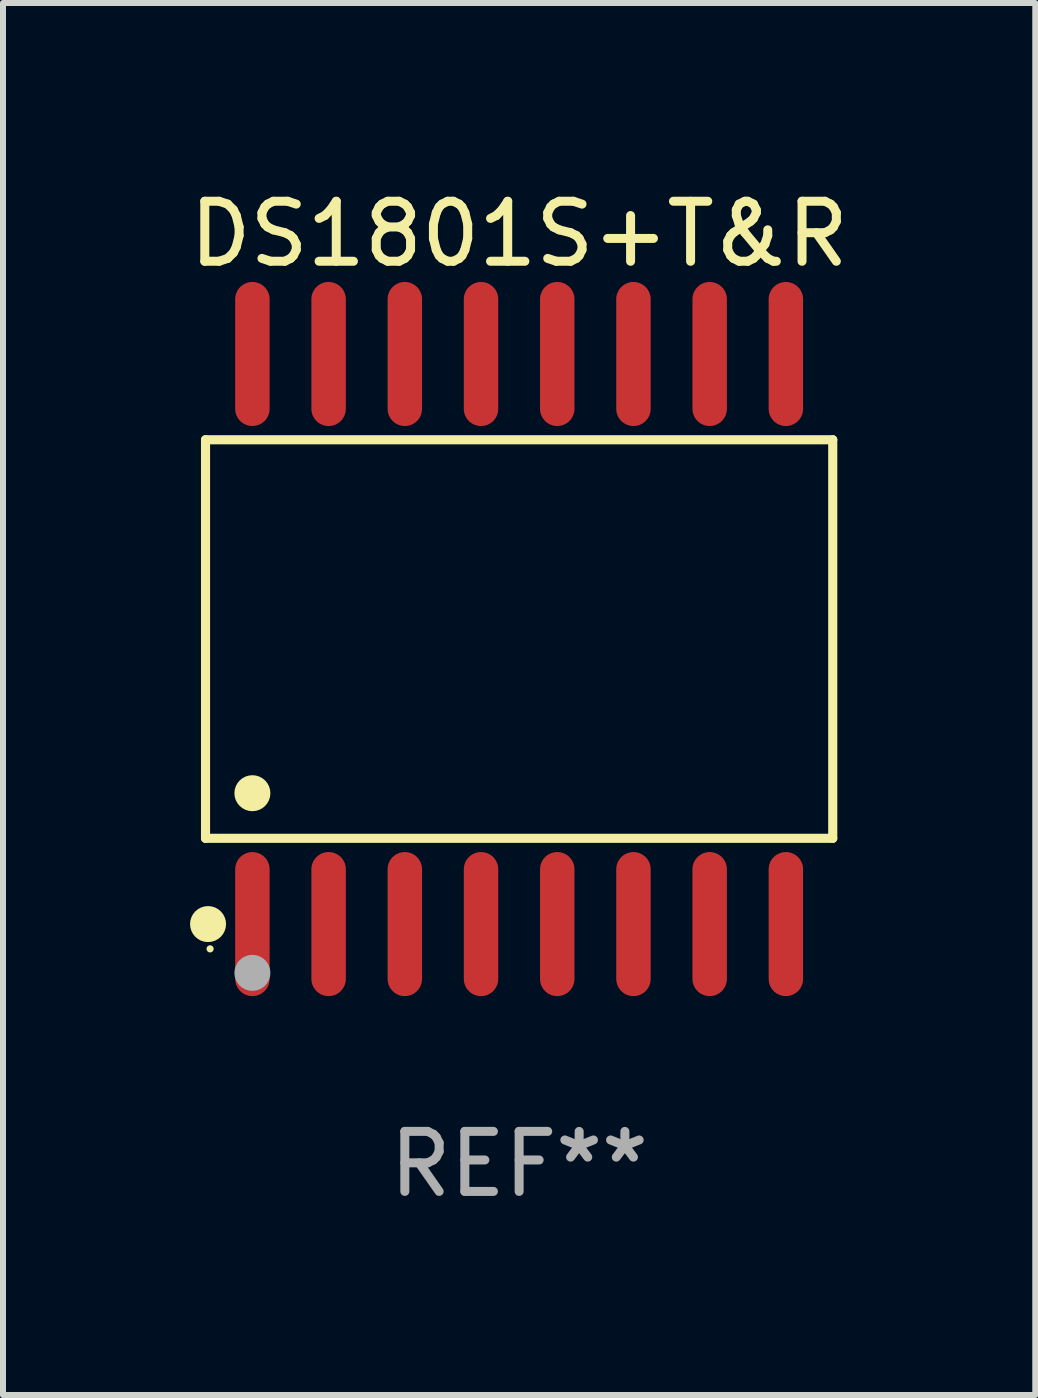
<source format=kicad_pcb>
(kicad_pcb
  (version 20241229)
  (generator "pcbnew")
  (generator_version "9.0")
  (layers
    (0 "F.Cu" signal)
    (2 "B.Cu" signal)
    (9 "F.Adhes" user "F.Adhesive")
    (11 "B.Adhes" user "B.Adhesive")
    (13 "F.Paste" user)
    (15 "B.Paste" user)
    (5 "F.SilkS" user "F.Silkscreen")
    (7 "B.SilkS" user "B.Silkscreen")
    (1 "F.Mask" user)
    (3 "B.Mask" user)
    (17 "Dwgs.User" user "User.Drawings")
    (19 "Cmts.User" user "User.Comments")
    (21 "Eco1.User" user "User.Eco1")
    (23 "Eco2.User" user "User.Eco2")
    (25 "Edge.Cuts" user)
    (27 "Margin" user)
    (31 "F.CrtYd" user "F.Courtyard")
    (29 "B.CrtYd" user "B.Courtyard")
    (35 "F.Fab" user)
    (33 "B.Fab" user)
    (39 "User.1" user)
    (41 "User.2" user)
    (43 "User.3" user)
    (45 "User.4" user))
  (footprint "DS1801S+T&R"
    (layer "F.Cu")
    (at 5.601 7.599)
    (property "Reference" "DS1801S+T&R" (at 0 -6.75 0) (layer "F.SilkS") (effects (font (size 1 1) (thickness 0.15))))
    (attr through_hole)
    (fp_line (start -5.226 -3.321) (end 5.226 -3.321) (stroke (width 0.152) (type solid)) (layer "F.SilkS"))
    (fp_line (start -5.226 3.321) (end -5.226 -3.321) (stroke (width 0.152) (type solid)) (layer "F.SilkS"))
    (fp_line (start 5.226 -3.321) (end 5.226 3.321) (stroke (width 0.152) (type solid)) (layer "F.SilkS"))
    (fp_line (start 5.226 3.321) (end -5.226 3.321) (stroke (width 0.152) (type solid)) (layer "F.SilkS"))
    (fp_circle (center -5.184 4.75) (end -5.034 4.75) (stroke (width 0.3) (type solid)) (fill no) (layer "F.SilkS"))
    (fp_circle (center -5.15 5.163) (end -5.12 5.163) (stroke (width 0.06) (type solid)) (fill no) (layer "F.SilkS"))
    (fp_circle (center -4.445 2.569) (end -4.295 2.569) (stroke (width 0.3) (type solid)) (fill no) (layer "F.SilkS"))
    (fp_circle (center -4.445 5.563) (end -4.295 5.563) (stroke (width 0.3) (type solid)) (fill no) (layer "F.Fab"))
    (fp_text user "REF**" (at 0 8.75 0) (layer "F.Fab") (effects (font (size 1 1) (thickness 0.15))))
    (pad "1" smd oval (at -4.445 4.75) (size 0.574 2.401) (layers "F.Cu" "F.Mask" "F.Paste"))
    (pad "2" smd oval (at -3.175 4.75) (size 0.574 2.401) (layers "F.Cu" "F.Mask" "F.Paste"))
    (pad "3" smd oval (at -1.905 4.75) (size 0.574 2.401) (layers "F.Cu" "F.Mask" "F.Paste"))
    (pad "4" smd oval (at -0.635 4.75) (size 0.574 2.401) (layers "F.Cu" "F.Mask" "F.Paste"))
    (pad "5" smd oval (at 0.635 4.75) (size 0.574 2.401) (layers "F.Cu" "F.Mask" "F.Paste"))
    (pad "6" smd oval (at 1.905 4.75) (size 0.574 2.401) (layers "F.Cu" "F.Mask" "F.Paste"))
    (pad "7" smd oval (at 3.175 4.75) (size 0.574 2.401) (layers "F.Cu" "F.Mask" "F.Paste"))
    (pad "8" smd oval (at 4.445 4.75) (size 0.574 2.401) (layers "F.Cu" "F.Mask" "F.Paste"))
    (pad "9" smd oval (at 4.445 -4.75) (size 0.574 2.401) (layers "F.Cu" "F.Mask" "F.Paste"))
    (pad "10" smd oval (at 3.175 -4.75) (size 0.574 2.401) (layers "F.Cu" "F.Mask" "F.Paste"))
    (pad "11" smd oval (at 1.905 -4.75) (size 0.574 2.401) (layers "F.Cu" "F.Mask" "F.Paste"))
    (pad "12" smd oval (at 0.635 -4.75) (size 0.574 2.401) (layers "F.Cu" "F.Mask" "F.Paste"))
    (pad "13" smd oval (at -0.635 -4.75) (size 0.574 2.401) (layers "F.Cu" "F.Mask" "F.Paste"))
    (pad "14" smd oval (at -1.905 -4.75) (size 0.574 2.401) (layers "F.Cu" "F.Mask" "F.Paste"))
    (pad "15" smd oval (at -3.175 -4.75) (size 0.574 2.401) (layers "F.Cu" "F.Mask" "F.Paste"))
    (pad "16" smd oval (at -4.445 -4.75) (size 0.574 2.401) (layers "F.Cu" "F.Mask" "F.Paste")))
  (gr_rect
    (start -3 -3)
    (end 14.202 20.197)
    (stroke (width 0.1) (type default))
    (fill no)
    (layer "Edge.Cuts")))
</source>
